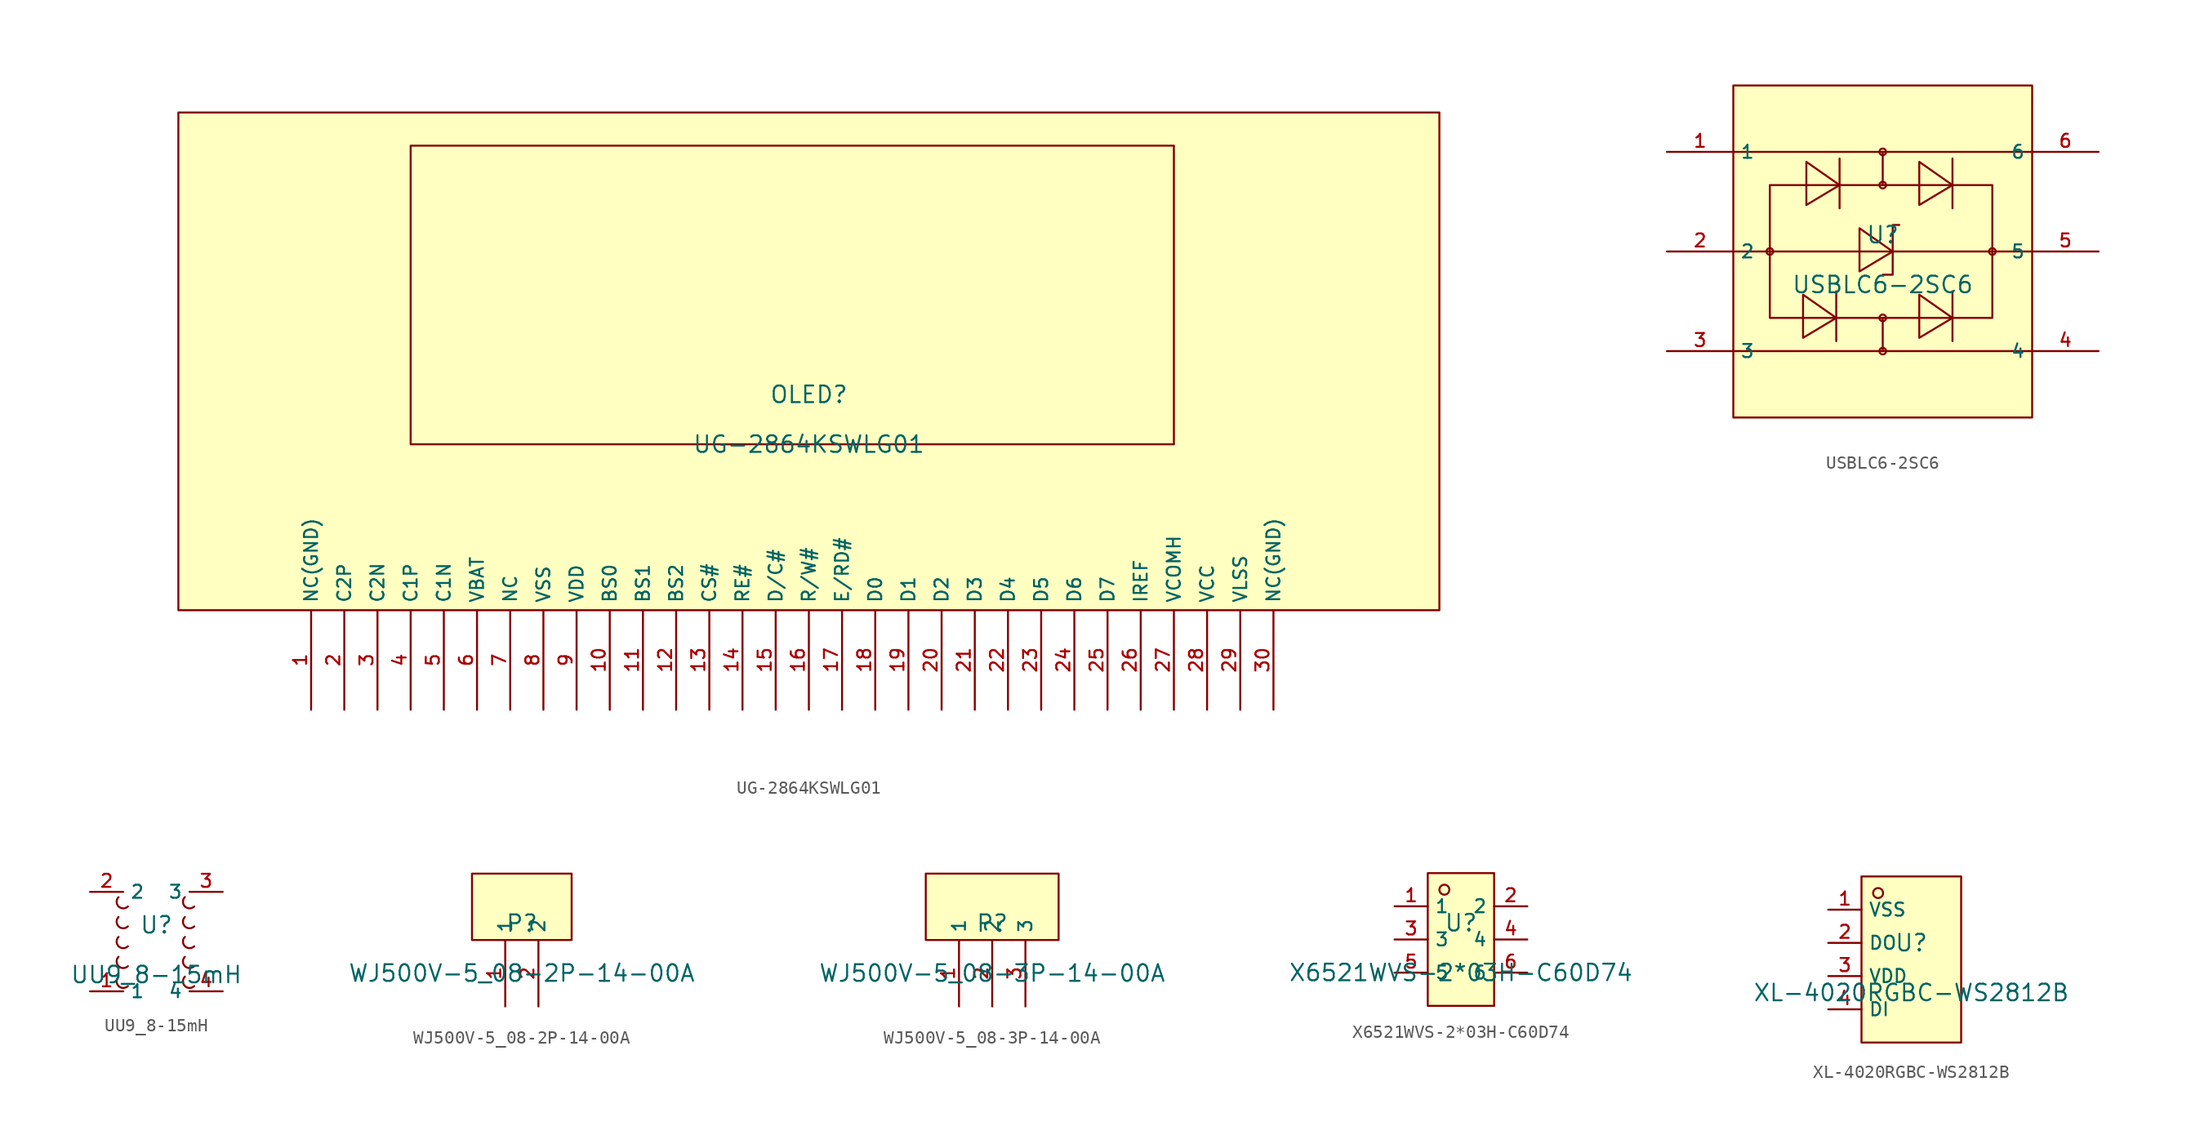
<source format=kicad_sym>
(kicad_symbol_lib
  (version 20231120)
  (generator "kicad_symbol_editor")
  (generator_version "8.0")
  (symbol "UG-2864KSWLG01"
    (property "Reference" "OLED"
      (at 0 1.27 0)
      (effects (font (size 1.27 1.27))))
    (property "Value" "UG-2864KSWLG01"
      (at 0 -2.54 0)
      (effects (font (size 1.27 1.27))))
    (symbol "UG-2864KSWLG01_0_1"
      (rectangle (start -48.26 22.86) (end 48.26 -15.24) (stroke (width 0) (type default) (color 0 0 0 0)) (fill (type background)))
      (rectangle (start -30.48 20.32) (end 27.94 -2.54) (stroke (width 0) (type default) (color 0 0 0 0)) (fill (type background)))
      (pin power_in line (at -38.1 -22.86 90) (length 7.62) (name "NC(GND)" (effects (font (size 1 1)))) (number "1" (effects (font (size 1 1)))))
      (pin power_in line (at -35.56 -22.86 90) (length 7.62) (name "C2P" (effects (font (size 1 1)))) (number "2" (effects (font (size 1 1)))))
      (pin power_in line (at -33.02 -22.86 90) (length 7.62) (name "C2N" (effects (font (size 1 1)))) (number "3" (effects (font (size 1 1)))))
      (pin power_in line (at -30.48 -22.86 90) (length 7.62) (name "C1P" (effects (font (size 1 1)))) (number "4" (effects (font (size 1 1)))))
      (pin power_in line (at -27.94 -22.86 90) (length 7.62) (name "C1N" (effects (font (size 1 1)))) (number "5" (effects (font (size 1 1)))))
      (pin power_in line (at -25.4 -22.86 90) (length 7.62) (name "VBAT" (effects (font (size 1 1)))) (number "6" (effects (font (size 1 1)))))
      (pin power_in line (at -22.86 -22.86 90) (length 7.62) (name "NC" (effects (font (size 1 1)))) (number "7" (effects (font (size 1 1)))))
      (pin power_in line (at -20.32 -22.86 90) (length 7.62) (name "VSS" (effects (font (size 1 1)))) (number "8" (effects (font (size 1 1)))))
      (pin power_in line (at -17.78 -22.86 90) (length 7.62) (name "VDD" (effects (font (size 1 1)))) (number "9" (effects (font (size 1 1)))))
      (pin power_in line (at -15.24 -22.86 90) (length 7.62) (name "BS0" (effects (font (size 1 1)))) (number "10" (effects (font (size 1 1)))))
      (pin power_in line (at -12.7 -22.86 90) (length 7.62) (name "BS1" (effects (font (size 1 1)))) (number "11" (effects (font (size 1 1)))))
      (pin power_in line (at -10.16 -22.86 90) (length 7.62) (name "BS2" (effects (font (size 1 1)))) (number "12" (effects (font (size 1 1)))))
      (pin power_in line (at -7.62 -22.86 90) (length 7.62) (name "CS#" (effects (font (size 1 1)))) (number "13" (effects (font (size 1 1)))))
      (pin power_in line (at -5.08 -22.86 90) (length 7.62) (name "RE#" (effects (font (size 1 1)))) (number "14" (effects (font (size 1 1)))))
      (pin power_in line (at -2.54 -22.86 90) (length 7.62) (name "D/C#" (effects (font (size 1 1)))) (number "15" (effects (font (size 1 1)))))
      (pin power_in line (at 0.0 -22.86 90) (length 7.62) (name "R/W#" (effects (font (size 1 1)))) (number "16" (effects (font (size 1 1)))))
      (pin power_in line (at 2.54 -22.86 90) (length 7.62) (name "E/RD#" (effects (font (size 1 1)))) (number "17" (effects (font (size 1 1)))))
      (pin power_in line (at 5.08 -22.86 90) (length 7.62) (name "D0" (effects (font (size 1 1)))) (number "18" (effects (font (size 1 1)))))
      (pin power_in line (at 7.62 -22.86 90) (length 7.62) (name "D1" (effects (font (size 1 1)))) (number "19" (effects (font (size 1 1)))))
      (pin power_in line (at 10.16 -22.86 90) (length 7.62) (name "D2" (effects (font (size 1 1)))) (number "20" (effects (font (size 1 1)))))
      (pin power_in line (at 12.7 -22.86 90) (length 7.62) (name "D3" (effects (font (size 1 1)))) (number "21" (effects (font (size 1 1)))))
      (pin power_in line (at 15.24 -22.86 90) (length 7.62) (name "D4" (effects (font (size 1 1)))) (number "22" (effects (font (size 1 1)))))
      (pin power_in line (at 17.78 -22.86 90) (length 7.62) (name "D5" (effects (font (size 1 1)))) (number "23" (effects (font (size 1 1)))))
      (pin power_in line (at 20.32 -22.86 90) (length 7.62) (name "D6" (effects (font (size 1 1)))) (number "24" (effects (font (size 1 1)))))
      (pin power_in line (at 22.86 -22.86 90) (length 7.62) (name "D7" (effects (font (size 1 1)))) (number "25" (effects (font (size 1 1)))))
      (pin power_in line (at 25.4 -22.86 90) (length 7.62) (name "IREF" (effects (font (size 1 1)))) (number "26" (effects (font (size 1 1)))))
      (pin power_in line (at 27.94 -22.86 90) (length 7.62) (name "VCOMH" (effects (font (size 1 1)))) (number "27" (effects (font (size 1 1)))))
      (pin power_in line (at 30.48 -22.86 90) (length 7.62) (name "VCC" (effects (font (size 1 1)))) (number "28" (effects (font (size 1 1)))))
      (pin power_in line (at 33.02 -22.86 90) (length 7.62) (name "VLSS" (effects (font (size 1 1)))) (number "29" (effects (font (size 1 1)))))
      (pin power_in line (at 35.56 -22.86 90) (length 7.62) (name "NC(GND)" (effects (font (size 1 1)))) (number "30" (effects (font (size 1 1)))))))
  (symbol "USBLC6-2SC6"
    (property "Reference" "U"
      (at 0 1.27 0)
      (effects (font (size 1.27 1.27))))
    (property "Value" "USBLC6-2SC6"
      (at 0 -2.54 0)
      (effects (font (size 1.27 1.27))))
    (symbol "USBLC6-2SC6_0_1"
      (rectangle (start -11.43 12.7) (end 11.43 -12.7) (stroke (width 0) (type default)) (fill (type background)))
      (circle (center -8.636 0) (radius 0.254) (stroke (width 0) (type default)) (fill (type background)))
      (circle (center 0 -7.62) (radius 0.254) (stroke (width 0) (type default)) (fill (type background)))
      (circle (center 0 -5.08) (radius 0.254) (stroke (width 0) (type default)) (fill (type background)))
      (polyline (pts (xy -11.43 -7.62) (xy 11.43 -7.62)) (stroke (width 0) (type default)) (fill (type none)))
      (polyline (pts (xy -11.43 0) (xy 11.43 0)) (stroke (width 0) (type default)) (fill (type none)))
      (polyline (pts (xy -11.43 7.62) (xy 11.43 7.62)) (stroke (width 0) (type default)) (fill (type none)))
      (polyline (pts (xy 0 -7.62) (xy 0 -5.08)) (stroke (width 0) (type default)) (fill (type none)))
      (polyline (pts (xy 0 7.62) (xy 0 5.08)) (stroke (width 0) (type default)) (fill (type none)))
      (polyline (pts (xy -6.096 -6.604) (xy -3.556 -5.08) (xy -6.096 -3.302) (xy -6.096 -6.604)) (stroke (width 0) (type default)) (fill (type background)))
      (polyline (pts (xy -5.842 3.556) (xy -3.302 5.08) (xy -5.842 6.858) (xy -5.842 3.556)) (stroke (width 0) (type default)) (fill (type background)))
      (polyline (pts (xy -3.556 -3.048) (xy -3.556 -3.048) (xy -3.556 -6.858) (xy -3.556 -6.858)) (stroke (width 0) (type default)) (fill (type none)))
      (polyline (pts (xy -3.302 7.112) (xy -3.302 7.112) (xy -3.302 3.302) (xy -3.302 3.302)) (stroke (width 0) (type default)) (fill (type none)))
      (polyline (pts (xy -1.778 -1.524) (xy 0.762 0) (xy -1.778 1.778) (xy -1.778 -1.524)) (stroke (width 0) (type default)) (fill (type background)))
      (polyline (pts (xy 1.27 2.032) (xy 0.762 2.032) (xy 0.762 -1.778) (xy 0 -1.778)) (stroke (width 0) (type default)) (fill (type none)))
      (polyline (pts (xy 2.794 -6.604) (xy 5.334 -5.08) (xy 2.794 -3.302) (xy 2.794 -6.604)) (stroke (width 0) (type default)) (fill (type background)))
      (polyline (pts (xy 2.794 3.556) (xy 5.334 5.08) (xy 2.794 6.858) (xy 2.794 3.556)) (stroke (width 0) (type default)) (fill (type background)))
      (polyline (pts (xy 5.334 -3.048) (xy 5.334 -3.048) (xy 5.334 -6.858) (xy 5.334 -6.858)) (stroke (width 0) (type default)) (fill (type none)))
      (polyline (pts (xy 5.334 7.112) (xy 5.334 7.112) (xy 5.334 3.302) (xy 5.334 3.302)) (stroke (width 0) (type default)) (fill (type none)))
      (polyline (pts (xy -8.636 0) (xy -8.636 5.08) (xy 8.382 5.08) (xy 8.382 -5.08) (xy -8.636 -5.08) (xy -8.636 0)) (stroke (width 0) (type default)) (fill (type none)))
      (circle (center 0 5.08) (radius 0.254) (stroke (width 0) (type default)) (fill (type background)))
      (circle (center 0 7.62) (radius 0.254) (stroke (width 0) (type default)) (fill (type background)))
      (circle (center 8.382 0) (radius 0.254) (stroke (width 0) (type default)) (fill (type background)))
      (pin input line (at -16.51 7.62 0) (length 5.08) (name "1" (effects (font (size 1 1)))) (number "1" (effects (font (size 1 1)))))
      (pin input line (at -16.51 0 0) (length 5.08) (name "2" (effects (font (size 1 1)))) (number "2" (effects (font (size 1 1)))))
      (pin input line (at -16.51 -7.62 0) (length 5.08) (name "3" (effects (font (size 1 1)))) (number "3" (effects (font (size 1 1)))))
      (pin input line (at 16.51 -7.62 180) (length 5.08) (name "4" (effects (font (size 1 1)))) (number "4" (effects (font (size 1 1)))))
      (pin input line (at 16.51 0 180) (length 5.08) (name "5" (effects (font (size 1 1)))) (number "5" (effects (font (size 1 1)))))
      (pin input line (at 16.51 7.62 180) (length 5.08) (name "6" (effects (font (size 1 1)))) (number "6" (effects (font (size 1 1)))))))
  (symbol "UU9_8-15mH"
    (property "Reference" "U"
      (at 0 1.27 0)
      (effects (font (size 1.27 1.27))))
    (property "Value" "UU9_8-15mH"
      (at 0 -2.54 0)
      (effects (font (size 1.27 1.27))))
    (symbol "UU9_8-15mH_0_1"
      (arc (start -2.8992 -2.6888) (mid -2.8992 -3.4072) (end -2.1808 -3.4072) (stroke (width 0) (type default)) (fill (type none)))
      (arc (start -2.8992 -1.1648) (mid -2.8992 -1.8832) (end -2.1808 -1.8832) (stroke (width 0) (type default)) (fill (type none)))
      (arc (start -2.8992 0.3592) (mid -2.8992 -0.3592) (end -2.1808 -0.3592) (stroke (width 0) (type default)) (fill (type none)))
      (arc (start -2.8992 1.8832) (mid -2.8992 1.1648) (end -2.1808 1.1648) (stroke (width 0) (type default)) (fill (type none)))
      (arc (start -2.8992 3.4072) (mid -2.8992 2.6888) (end -2.1808 2.6888) (stroke (width 0) (type default)) (fill (type none)))
      (arc (start 2.1808 -2.6888) (mid 2.1808 -3.4072) (end 2.8992 -3.4072) (stroke (width 0) (type default)) (fill (type none)))
      (arc (start 2.1808 -1.1648) (mid 2.1808 -1.8832) (end 2.8992 -1.8832) (stroke (width 0) (type default)) (fill (type none)))
      (arc (start 2.1808 0.3592) (mid 2.1808 -0.3592) (end 2.8992 -0.3592) (stroke (width 0) (type default)) (fill (type none)))
      (arc (start 2.1808 1.8832) (mid 2.1808 1.1648) (end 2.8992 1.1648) (stroke (width 0) (type default)) (fill (type none)))
      (arc (start 2.1808 3.4072) (mid 2.1808 2.6888) (end 2.8992 2.6888) (stroke (width 0) (type default)) (fill (type none)))
      (pin input line (at -5.08 -3.81 0) (length 2.54) (name "1" (effects (font (size 1 1)))) (number "1" (effects (font (size 1 1)))))
      (pin input line (at -5.08 3.81 0) (length 2.54) (name "2" (effects (font (size 1 1)))) (number "2" (effects (font (size 1 1)))))
      (pin input line (at 5.08 3.81 180) (length 2.54) (name "3" (effects (font (size 1 1)))) (number "3" (effects (font (size 1 1)))))
      (pin input line (at 5.08 -3.81 180) (length 2.54) (name "4" (effects (font (size 1 1)))) (number "4" (effects (font (size 1 1)))))))
  (symbol "WJ500V-5_08-2P-14-00A"
    (property "Reference" "P"
      (at 0 1.27 0)
      (effects (font (size 1.27 1.27))))
    (property "Value" "WJ500V-5_08-2P-14-00A"
      (at 0 -2.54 0)
      (effects (font (size 1.27 1.27))))
    (symbol "WJ500V-5_08-2P-14-00A_0_1"
      (rectangle (start -3.81 5.08) (end 3.81 0) (stroke (width 0) (type default)) (fill (type background)))
      (pin unspecified line (at -1.27 -5.08 90) (length 5.08) (name "1" (effects (font (size 1 1)))) (number "1" (effects (font (size 1 1)))))
      (pin unspecified line (at 1.27 -5.08 90) (length 5.08) (name "2" (effects (font (size 1 1)))) (number "2" (effects (font (size 1 1)))))))
  (symbol "WJ500V-5_08-3P-14-00A"
    (property "Reference" "P"
      (at 0 1.27 0)
      (effects (font (size 1.27 1.27))))
    (property "Value" "WJ500V-5_08-3P-14-00A"
      (at 0 -2.54 0)
      (effects (font (size 1.27 1.27))))
    (symbol "WJ500V-5_08-3P-14-00A_0_1"
      (rectangle (start -5.08 5.08) (end 5.08 0) (stroke (width 0) (type default)) (fill (type background)))
      (pin unspecified line (at -2.54 -5.08 90) (length 5.08) (name "1" (effects (font (size 1 1)))) (number "1" (effects (font (size 1 1)))))
      (pin unspecified line (at 0 -5.08 90) (length 5.08) (name "2" (effects (font (size 1 1)))) (number "2" (effects (font (size 1 1)))))
      (pin unspecified line (at 2.54 -5.08 90) (length 5.08) (name "3" (effects (font (size 1 1)))) (number "3" (effects (font (size 1 1)))))))
  (symbol "X6521WVS-2*03H-C60D74"
    (property "Reference" "U"
      (at 0 1.27 0)
      (effects (font (size 1.27 1.27))))
    (property "Value" "X6521WVS-2*03H-C60D74"
      (at 0 -2.54 0)
      (effects (font (size 1.27 1.27))))
    (symbol "X6521WVS-2*03H-C60D74_0_1"
      (rectangle (start -2.54 5.08) (end 2.54 -5.08) (stroke (width 0) (type default) (color 0 0 0 0)) (fill (type background)))
      (circle (center -1.27 3.81) (radius 0.381) (stroke (width 0) (type default) (color 0 0 0 0)) (fill (type background)))
      (pin unspecified line (at -5.08 2.54 0) (length 2.54) (name "1" (effects (font (size 1 1)))) (number "1" (effects (font (size 1 1)))))
      (pin unspecified line (at 5.08 -2.54 180) (length 2.54) (name "6" (effects (font (size 1 1)))) (number "6" (effects (font (size 1 1)))))
      (pin unspecified line (at -5.08 -0.0 0) (length 2.54) (name "3" (effects (font (size 1 1)))) (number "3" (effects (font (size 1 1)))))
      (pin unspecified line (at 5.08 -0.0 180) (length 2.54) (name "4" (effects (font (size 1 1)))) (number "4" (effects (font (size 1 1)))))
      (pin unspecified line (at -5.08 -2.54 0) (length 2.54) (name "5" (effects (font (size 1 1)))) (number "5" (effects (font (size 1 1)))))
      (pin unspecified line (at 5.08 2.54 180) (length 2.54) (name "2" (effects (font (size 1 1)))) (number "2" (effects (font (size 1 1)))))))
  (symbol "XL-4020RGBC-WS2812B"
    (property "Reference" "U"
      (at 0 1.27 0)
      (effects (font (size 1.27 1.27))))
    (property "Value" "XL-4020RGBC-WS2812B"
      (at 0 -2.54 0)
      (effects (font (size 1.27 1.27))))
    (symbol "XL-4020RGBC-WS2812B_0_1"
      (rectangle (start -3.81 6.35) (end 3.81 -6.35) (stroke (width 0) (type default) (color 0 0 0 0)) (fill (type background)))
      (circle (center -2.54 5.08) (radius 0.381) (stroke (width 0) (type default) (color 0 0 0 0)) (fill (type background)))
      (pin unspecified line (at -6.35 3.81 0) (length 2.54) (name "VSS" (effects (font (size 1 1)))) (number "1" (effects (font (size 1 1)))))
      (pin unspecified line (at -6.35 1.27 0) (length 2.54) (name "DO" (effects (font (size 1 1)))) (number "2" (effects (font (size 1 1)))))
      (pin unspecified line (at -6.35 -1.27 0) (length 2.54) (name "VDD" (effects (font (size 1 1)))) (number "3" (effects (font (size 1 1)))))
      (pin unspecified line (at -6.35 -3.81 0) (length 2.54) (name "DI" (effects (font (size 1 1)))) (number "4" (effects (font (size 1 1))))))))
</source>
